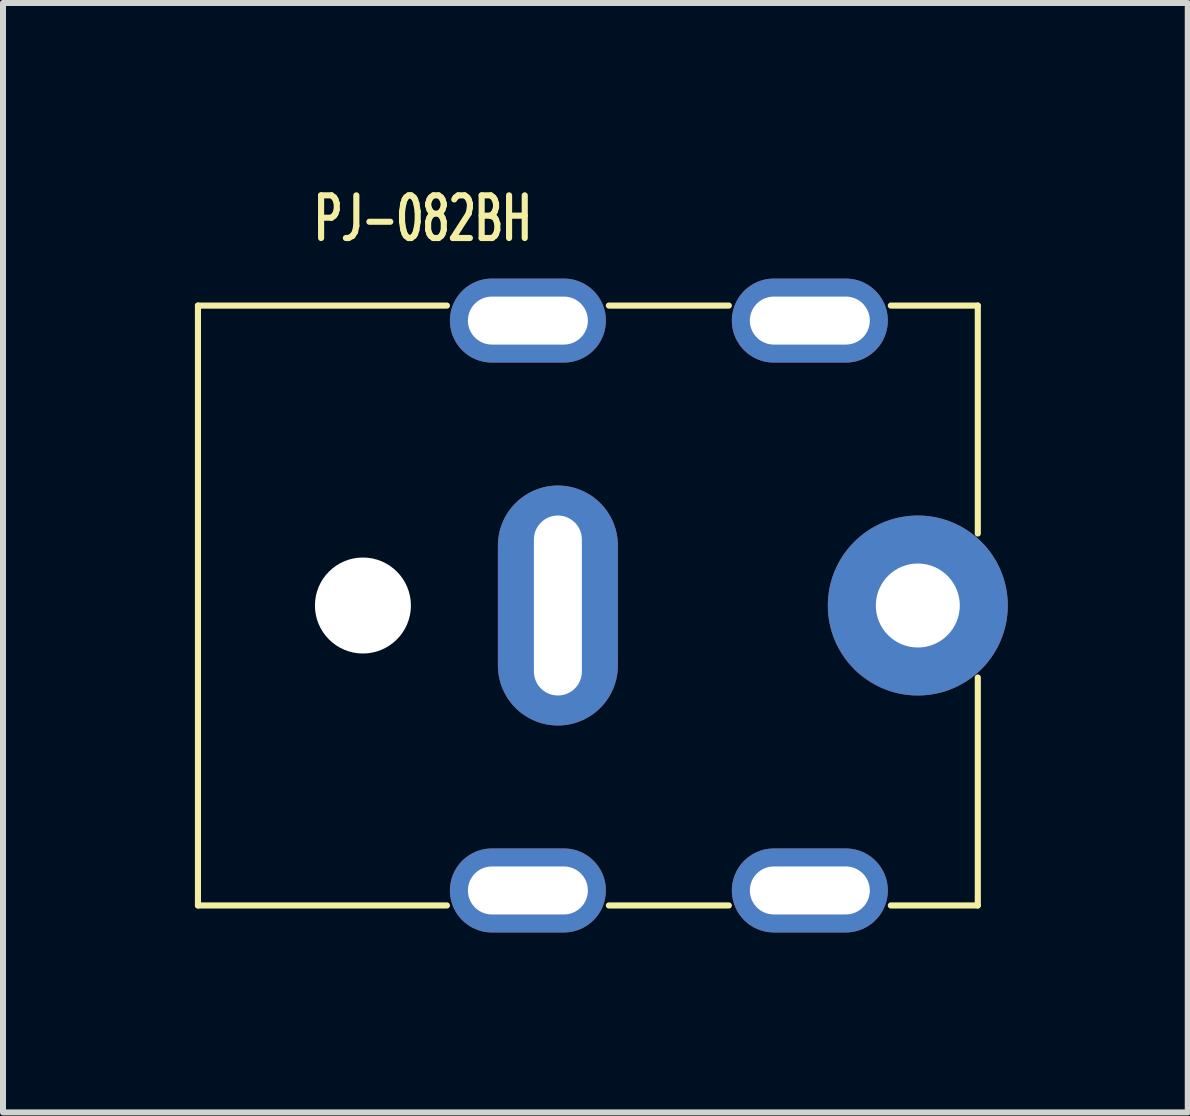
<source format=kicad_pcb>
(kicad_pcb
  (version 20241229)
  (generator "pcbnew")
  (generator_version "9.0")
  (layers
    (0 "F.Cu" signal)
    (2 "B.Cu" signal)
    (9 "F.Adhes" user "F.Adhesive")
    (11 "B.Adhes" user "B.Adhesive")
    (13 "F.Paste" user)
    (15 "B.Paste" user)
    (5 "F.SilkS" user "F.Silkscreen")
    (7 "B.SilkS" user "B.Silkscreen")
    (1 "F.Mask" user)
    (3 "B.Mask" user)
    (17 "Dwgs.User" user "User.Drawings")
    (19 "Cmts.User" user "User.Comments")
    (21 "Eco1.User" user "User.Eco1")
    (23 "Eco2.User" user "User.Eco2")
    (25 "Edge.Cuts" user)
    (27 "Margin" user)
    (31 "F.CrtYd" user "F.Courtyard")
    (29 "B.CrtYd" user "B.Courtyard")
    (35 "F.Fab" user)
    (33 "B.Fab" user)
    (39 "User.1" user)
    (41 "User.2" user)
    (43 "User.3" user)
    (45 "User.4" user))
  (footprint "PJ-082BH"
    (layer "F.Cu")
    (at 0.25 7.044)
    (property "Reference" "PJ-082BH" (at 3.75 -6.45 0) (layer "F.SilkS") (effects (font (size 0.711 0.457) (thickness 0.102))))
    (attr through_hole)
    (fp_line (start 0 -5) (end 0 5) (stroke (width 0.102) (type solid)) (layer "F.SilkS"))
    (fp_line (start 0 -5) (end 4.15 -5) (stroke (width 0.102) (type solid)) (layer "F.SilkS"))
    (fp_line (start 0 5) (end 4.15 5) (stroke (width 0.102) (type solid)) (layer "F.SilkS"))
    (fp_line (start 6.85 -5) (end 8.85 -5) (stroke (width 0.102) (type solid)) (layer "F.SilkS"))
    (fp_line (start 6.85 5) (end 8.85 5) (stroke (width 0.102) (type solid)) (layer "F.SilkS"))
    (fp_line (start 11.55 5) (end 13 5) (stroke (width 0.102) (type solid)) (layer "F.SilkS"))
    (fp_line (start 13 -5) (end 11.55 -5) (stroke (width 0.102) (type solid)) (layer "F.SilkS"))
    (fp_line (start 13 -1.2) (end 13 -5) (stroke (width 0.102) (type solid)) (layer "F.SilkS"))
    (fp_line (start 13 5) (end 13 1.2) (stroke (width 0.102) (type solid)) (layer "F.SilkS"))
    (pad "" np_thru_hole circle (at 2.75 0) (size 1.6 1.6) (drill 1.6) (layers "*.Cu" "*.Mask"))
    (pad "1" thru_hole circle (at 12 0) (size 3 3) (drill 1.4) (layers "*.Cu" "*.Mask"))
    (pad "2" thru_hole oval (at 5.5 -4.75) (size 2.6 1.4) (drill oval 2 0.8) (layers "*.Cu" "*.Mask"))
    (pad "2" thru_hole oval (at 5.5 4.75) (size 2.6 1.4) (drill oval 2 0.8) (layers "*.Cu" "*.Mask"))
    (pad "2" thru_hole oval (at 6 0 90) (size 4 2) (drill oval 3 0.8) (layers "*.Cu" "*.Mask"))
    (pad "2" thru_hole oval (at 10.2 -4.75) (size 2.6 1.4) (drill oval 2 0.8) (layers "*.Cu" "*.Mask"))
    (pad "2" thru_hole oval (at 10.2 4.75) (size 2.6 1.4) (drill oval 2 0.8) (layers "*.Cu" "*.Mask")))
  (gr_rect
    (start -3 -3)
    (end 16.75 15.494)
    (stroke (width 0.1) (type default))
    (fill no)
    (layer "Edge.Cuts")))
</source>
